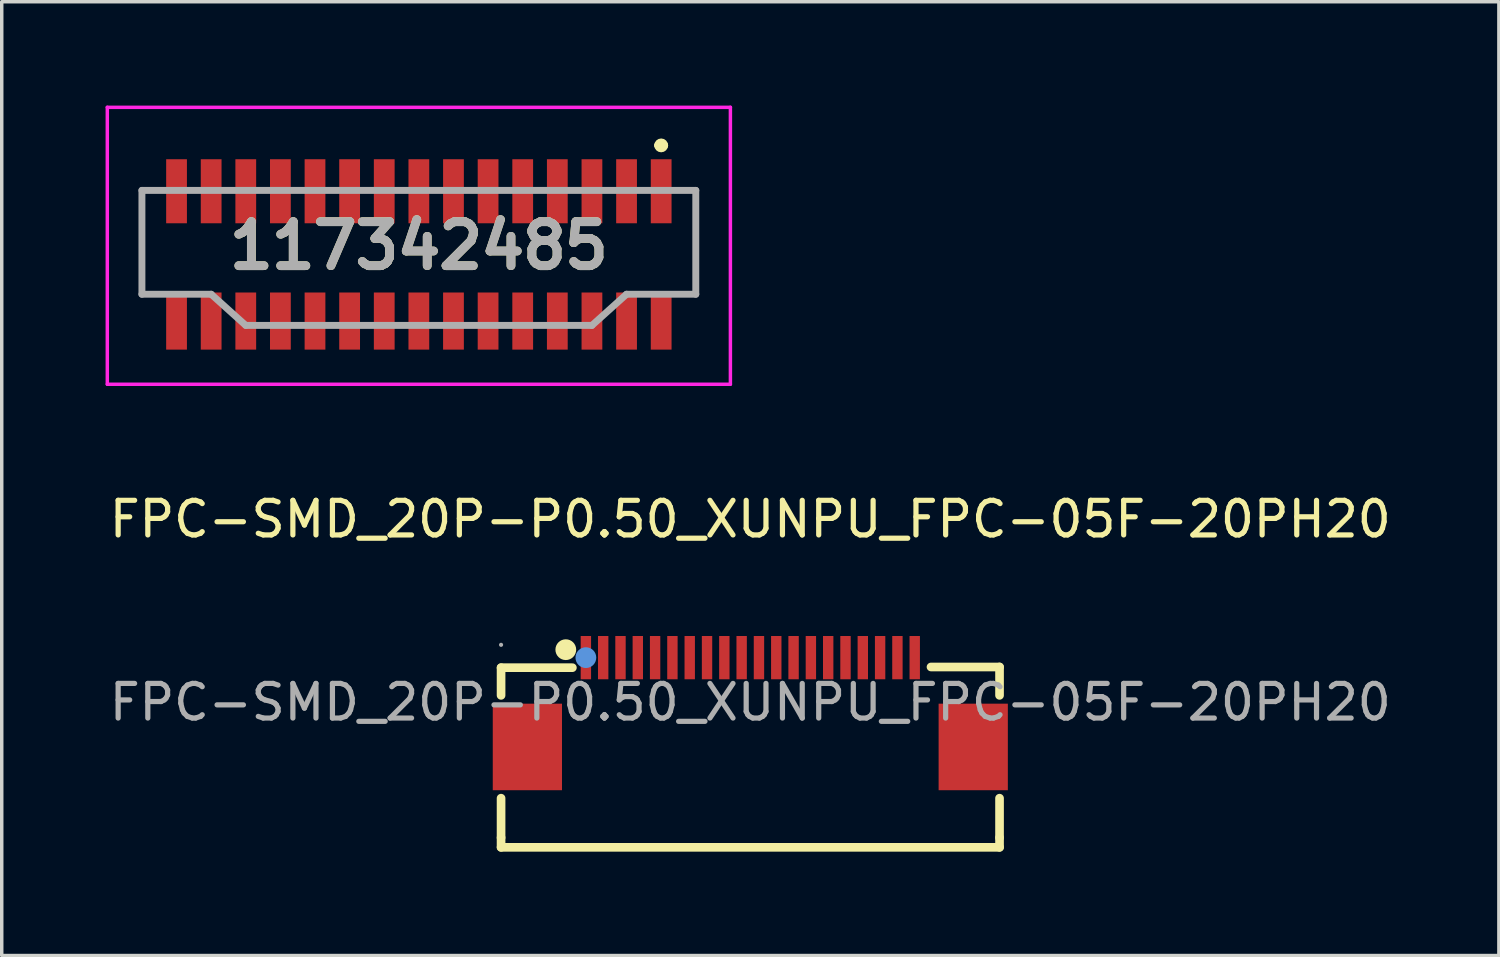
<source format=kicad_pcb>
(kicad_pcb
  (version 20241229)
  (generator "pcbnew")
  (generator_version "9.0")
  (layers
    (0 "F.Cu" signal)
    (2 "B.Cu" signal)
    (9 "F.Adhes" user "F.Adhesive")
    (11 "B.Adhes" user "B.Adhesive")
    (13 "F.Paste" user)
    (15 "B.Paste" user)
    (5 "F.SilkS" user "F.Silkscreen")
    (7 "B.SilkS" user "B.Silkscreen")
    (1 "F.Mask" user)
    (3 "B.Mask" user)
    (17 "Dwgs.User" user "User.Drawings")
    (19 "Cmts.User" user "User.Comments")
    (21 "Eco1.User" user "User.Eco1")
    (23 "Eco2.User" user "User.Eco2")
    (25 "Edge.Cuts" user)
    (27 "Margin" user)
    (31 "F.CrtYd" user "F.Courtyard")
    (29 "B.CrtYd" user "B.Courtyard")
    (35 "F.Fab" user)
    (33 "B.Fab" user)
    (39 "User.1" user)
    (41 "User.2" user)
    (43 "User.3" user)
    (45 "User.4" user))
  (footprint "117342485"
    (layer "F.Cu")
    (at 9.05 2.45)
    (property "Reference" "117342485" (at 0 1.6 0) (layer "F.SilkS") (effects (font (size 1.27 1.27) (thickness 0.254))))
    (attr smd)
    (fp_line (start -8 0) (end -8 3) (stroke (width 0.1) (type solid)) (layer "F.SilkS"))
    (fp_line (start 6.9 -1.3) (end 6.9 -1.3) (stroke (width 0.2) (type solid)) (layer "F.SilkS"))
    (fp_line (start 7.1 -1.3) (end 7.1 -1.3) (stroke (width 0.2) (type solid)) (layer "F.SilkS"))
    (fp_line (start 8 0) (end 8 3) (stroke (width 0.1) (type solid)) (layer "F.SilkS"))
    (fp_arc (start 6.9 -1.3) (mid 7 -1.4) (end 7.1 -1.3) (stroke (width 0.2) (type solid)) (layer "F.SilkS"))
    (fp_arc (start 7.1 -1.3) (mid 7 -1.2) (end 6.9 -1.3) (stroke (width 0.2) (type solid)) (layer "F.SilkS"))
    (fp_line (start -9 -2.4) (end 9 -2.4) (stroke (width 0.1) (type solid)) (layer "F.CrtYd"))
    (fp_line (start -9 5.6) (end -9 -2.4) (stroke (width 0.1) (type solid)) (layer "F.CrtYd"))
    (fp_line (start 9 -2.4) (end 9 5.6) (stroke (width 0.1) (type solid)) (layer "F.CrtYd"))
    (fp_line (start 9 5.6) (end -9 5.6) (stroke (width 0.1) (type solid)) (layer "F.CrtYd"))
    (fp_line (start -8 0) (end -8 3) (stroke (width 0.2) (type solid)) (layer "F.Fab"))
    (fp_line (start -8 3) (end -6 3) (stroke (width 0.2) (type solid)) (layer "F.Fab"))
    (fp_line (start -6 3) (end -5 3.9) (stroke (width 0.2) (type solid)) (layer "F.Fab"))
    (fp_line (start -5 3.9) (end 5 3.9) (stroke (width 0.2) (type solid)) (layer "F.Fab"))
    (fp_line (start 5 3.9) (end 6 3) (stroke (width 0.2) (type solid)) (layer "F.Fab"))
    (fp_line (start 6 3) (end 8 3) (stroke (width 0.2) (type solid)) (layer "F.Fab"))
    (fp_line (start 8 0) (end -8 0) (stroke (width 0.2) (type solid)) (layer "F.Fab"))
    (fp_line (start 8 3) (end 8 0) (stroke (width 0.2) (type solid)) (layer "F.Fab"))
    (fp_text user "${REFERENCE}" (at 0 1.6 0) (layer "F.Fab") (effects (font (size 1.27 1.27) (thickness 0.254))))
    (pad "1" smd rect (at 7 0.025) (size 0.6 1.85) (layers "F.Cu" "F.Mask" "F.Paste"))
    (pad "2" smd rect (at 6 0.025) (size 0.6 1.85) (layers "F.Cu" "F.Mask" "F.Paste"))
    (pad "3" smd rect (at 5 0.025) (size 0.6 1.85) (layers "F.Cu" "F.Mask" "F.Paste"))
    (pad "4" smd rect (at 4 0.025) (size 0.6 1.85) (layers "F.Cu" "F.Mask" "F.Paste"))
    (pad "5" smd rect (at 3 0.025) (size 0.6 1.85) (layers "F.Cu" "F.Mask" "F.Paste"))
    (pad "6" smd rect (at 2 0.025) (size 0.6 1.85) (layers "F.Cu" "F.Mask" "F.Paste"))
    (pad "7" smd rect (at 1 0.025) (size 0.6 1.85) (layers "F.Cu" "F.Mask" "F.Paste"))
    (pad "8" smd rect (at 0 0.025) (size 0.6 1.85) (layers "F.Cu" "F.Mask" "F.Paste"))
    (pad "9" smd rect (at -1 0.025) (size 0.6 1.85) (layers "F.Cu" "F.Mask" "F.Paste"))
    (pad "10" smd rect (at -2 0.025) (size 0.6 1.85) (layers "F.Cu" "F.Mask" "F.Paste"))
    (pad "11" smd rect (at -3 0.025) (size 0.6 1.85) (layers "F.Cu" "F.Mask" "F.Paste"))
    (pad "12" smd rect (at -4 0.025) (size 0.6 1.85) (layers "F.Cu" "F.Mask" "F.Paste"))
    (pad "13" smd rect (at -5 0.025) (size 0.6 1.85) (layers "F.Cu" "F.Mask" "F.Paste"))
    (pad "14" smd rect (at -6 0.025) (size 0.6 1.85) (layers "F.Cu" "F.Mask" "F.Paste"))
    (pad "15" smd rect (at -7 0.025) (size 0.6 1.85) (layers "F.Cu" "F.Mask" "F.Paste"))
    (pad "16" smd rect (at 7 3.775) (size 0.6 1.65) (layers "F.Cu" "F.Mask" "F.Paste"))
    (pad "17" smd rect (at 6 3.775) (size 0.6 1.65) (layers "F.Cu" "F.Mask" "F.Paste"))
    (pad "18" smd rect (at 5 3.775) (size 0.6 1.65) (layers "F.Cu" "F.Mask" "F.Paste"))
    (pad "19" smd rect (at 4 3.775) (size 0.6 1.65) (layers "F.Cu" "F.Mask" "F.Paste"))
    (pad "20" smd rect (at 3 3.775) (size 0.6 1.65) (layers "F.Cu" "F.Mask" "F.Paste"))
    (pad "21" smd rect (at 2 3.775) (size 0.6 1.65) (layers "F.Cu" "F.Mask" "F.Paste"))
    (pad "22" smd rect (at 1 3.775) (size 0.6 1.65) (layers "F.Cu" "F.Mask" "F.Paste"))
    (pad "23" smd rect (at 0 3.775) (size 0.6 1.65) (layers "F.Cu" "F.Mask" "F.Paste"))
    (pad "24" smd rect (at -1 3.775) (size 0.6 1.65) (layers "F.Cu" "F.Mask" "F.Paste"))
    (pad "25" smd rect (at -2 3.775) (size 0.6 1.65) (layers "F.Cu" "F.Mask" "F.Paste"))
    (pad "26" smd rect (at -3 3.775) (size 0.6 1.65) (layers "F.Cu" "F.Mask" "F.Paste"))
    (pad "27" smd rect (at -4 3.775) (size 0.6 1.65) (layers "F.Cu" "F.Mask" "F.Paste"))
    (pad "28" smd rect (at -5 3.775) (size 0.6 1.65) (layers "F.Cu" "F.Mask" "F.Paste"))
    (pad "29" smd rect (at -6 3.775) (size 0.6 1.65) (layers "F.Cu" "F.Mask" "F.Paste"))
    (pad "30" smd rect (at -7 3.775) (size 0.6 1.65) (layers "F.Cu" "F.Mask" "F.Paste")))
  (footprint "FPC-SMD_20P-P0.50_XUNPU_FPC-05F-20PH20"
    (layer "F.Cu")
    (at 18.625 17.238)
    (property "Reference" "FPC-SMD_20P-P0.50_XUNPU_FPC-05F-20PH20" (at 0 -5.29 0) (layer "F.SilkS") (effects (font (size 1 1) (thickness 0.15))))
    (attr smd)
    (fp_line (start -7.2 -1) (end -5.14 -1) (stroke (width 0.25) (type solid)) (layer "F.SilkS"))
    (fp_line (start -7.2 -0.2) (end -7.2 -1) (stroke (width 0.25) (type solid)) (layer "F.SilkS"))
    (fp_line (start -7.2 3.91) (end -7.2 2.77) (stroke (width 0.25) (type solid)) (layer "F.SilkS"))
    (fp_line (start -7.2 3.91) (end -7.2 4.19) (stroke (width 0.25) (type solid)) (layer "F.SilkS"))
    (fp_line (start -7.2 4.19) (end 7.2 4.19) (stroke (width 0.25) (type solid)) (layer "F.SilkS"))
    (fp_line (start 7.2 -1.02) (end 5.22 -1.02) (stroke (width 0.25) (type solid)) (layer "F.SilkS"))
    (fp_line (start 7.2 -0.2) (end 7.2 -1.02) (stroke (width 0.25) (type solid)) (layer "F.SilkS"))
    (fp_line (start 7.2 3.91) (end 7.2 2.77) (stroke (width 0.25) (type solid)) (layer "F.SilkS"))
    (fp_line (start 7.2 3.91) (end 7.2 4.19) (stroke (width 0.25) (type solid)) (layer "F.SilkS"))
    (fp_circle (center -5.33 -1.52) (end -5.18 -1.52) (stroke (width 0.3) (type solid)) (fill no) (layer "F.SilkS"))
    (fp_circle (center -4.75 -1.29) (end -4.6 -1.29) (stroke (width 0.3) (type solid)) (fill no) (layer "Cmts.User"))
    (fp_circle (center -7.2 -1.66) (end -7.17 -1.66) (stroke (width 0.06) (type solid)) (fill no) (layer "F.Fab"))
    (fp_text user "${REFERENCE}" (at 0 0 0) (layer "F.Fab") (effects (font (size 1 1) (thickness 0.15))))
    (pad "1" smd rect (at -4.75 -1.29) (size 0.3 1.25) (layers "F.Cu" "F.Mask" "F.Paste"))
    (pad "2" smd rect (at -4.25 -1.29) (size 0.3 1.25) (layers "F.Cu" "F.Mask" "F.Paste"))
    (pad "3" smd rect (at -3.75 -1.29) (size 0.3 1.25) (layers "F.Cu" "F.Mask" "F.Paste"))
    (pad "4" smd rect (at -3.25 -1.29) (size 0.3 1.25) (layers "F.Cu" "F.Mask" "F.Paste"))
    (pad "5" smd rect (at -2.75 -1.29) (size 0.3 1.25) (layers "F.Cu" "F.Mask" "F.Paste"))
    (pad "6" smd rect (at -2.25 -1.29) (size 0.3 1.25) (layers "F.Cu" "F.Mask" "F.Paste"))
    (pad "7" smd rect (at -1.75 -1.29) (size 0.3 1.25) (layers "F.Cu" "F.Mask" "F.Paste"))
    (pad "8" smd rect (at -1.25 -1.29) (size 0.3 1.25) (layers "F.Cu" "F.Mask" "F.Paste"))
    (pad "9" smd rect (at -0.75 -1.29) (size 0.3 1.25) (layers "F.Cu" "F.Mask" "F.Paste"))
    (pad "10" smd rect (at -0.25 -1.29) (size 0.3 1.25) (layers "F.Cu" "F.Mask" "F.Paste"))
    (pad "11" smd rect (at 0.25 -1.29) (size 0.3 1.25) (layers "F.Cu" "F.Mask" "F.Paste"))
    (pad "12" smd rect (at 0.75 -1.29) (size 0.3 1.25) (layers "F.Cu" "F.Mask" "F.Paste"))
    (pad "13" smd rect (at 1.25 -1.29) (size 0.3 1.25) (layers "F.Cu" "F.Mask" "F.Paste"))
    (pad "14" smd rect (at 1.75 -1.29) (size 0.3 1.25) (layers "F.Cu" "F.Mask" "F.Paste"))
    (pad "15" smd rect (at 2.25 -1.29) (size 0.3 1.25) (layers "F.Cu" "F.Mask" "F.Paste"))
    (pad "16" smd rect (at 2.75 -1.29) (size 0.3 1.25) (layers "F.Cu" "F.Mask" "F.Paste"))
    (pad "17" smd rect (at 3.25 -1.29) (size 0.3 1.25) (layers "F.Cu" "F.Mask" "F.Paste"))
    (pad "18" smd rect (at 3.75 -1.29) (size 0.3 1.25) (layers "F.Cu" "F.Mask" "F.Paste"))
    (pad "19" smd rect (at 4.25 -1.29) (size 0.3 1.25) (layers "F.Cu" "F.Mask" "F.Paste"))
    (pad "20" smd rect (at 4.75 -1.29) (size 0.3 1.25) (layers "F.Cu" "F.Mask" "F.Paste"))
    (pad "21" smd rect (at 6.44 1.29) (size 2 2.5) (layers "F.Cu" "F.Mask" "F.Paste"))
    (pad "22" smd rect (at -6.44 1.29) (size 2 2.5) (layers "F.Cu" "F.Mask" "F.Paste")))
  (gr_rect
    (start -3 -3)
    (end 40.25 24.553)
    (stroke (width 0.1) (type default))
    (fill no)
    (layer "Edge.Cuts")))
</source>
